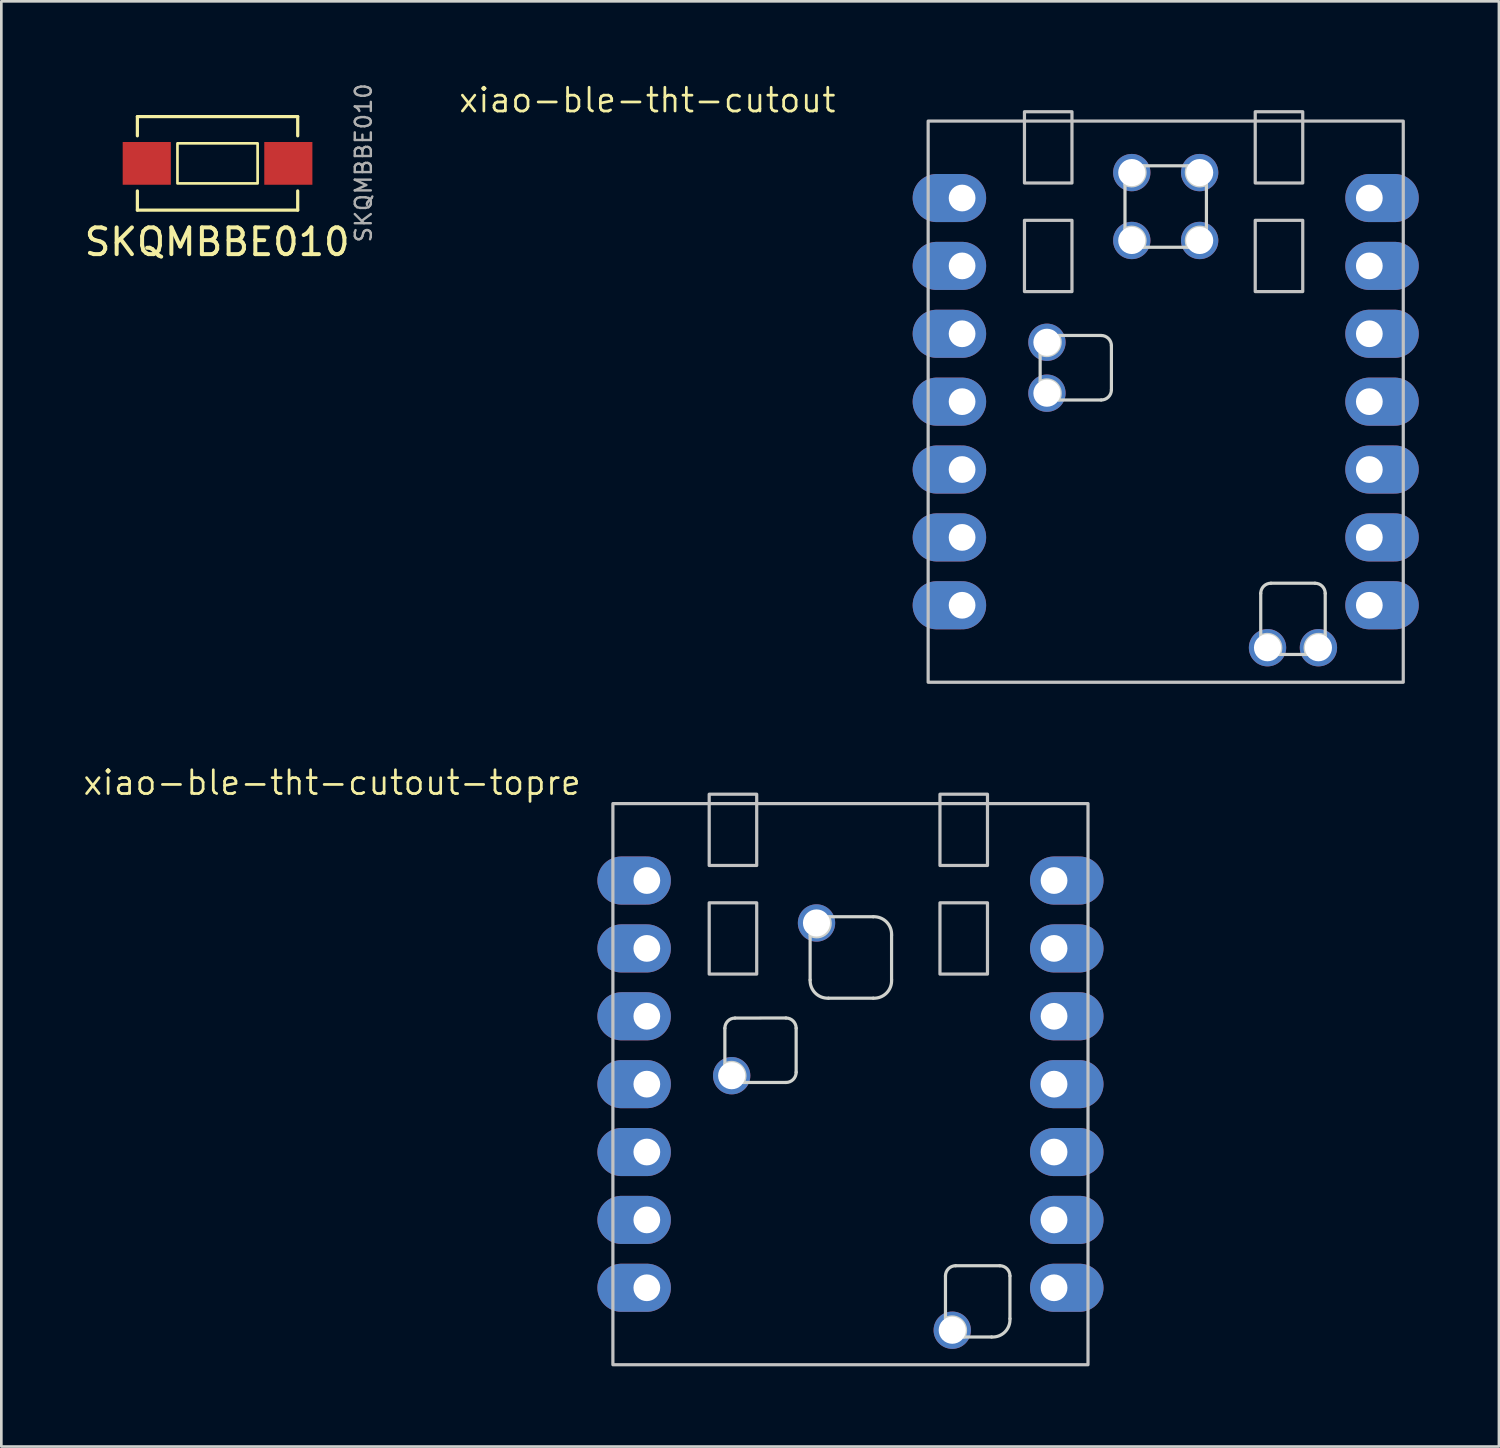
<source format=kicad_pcb>
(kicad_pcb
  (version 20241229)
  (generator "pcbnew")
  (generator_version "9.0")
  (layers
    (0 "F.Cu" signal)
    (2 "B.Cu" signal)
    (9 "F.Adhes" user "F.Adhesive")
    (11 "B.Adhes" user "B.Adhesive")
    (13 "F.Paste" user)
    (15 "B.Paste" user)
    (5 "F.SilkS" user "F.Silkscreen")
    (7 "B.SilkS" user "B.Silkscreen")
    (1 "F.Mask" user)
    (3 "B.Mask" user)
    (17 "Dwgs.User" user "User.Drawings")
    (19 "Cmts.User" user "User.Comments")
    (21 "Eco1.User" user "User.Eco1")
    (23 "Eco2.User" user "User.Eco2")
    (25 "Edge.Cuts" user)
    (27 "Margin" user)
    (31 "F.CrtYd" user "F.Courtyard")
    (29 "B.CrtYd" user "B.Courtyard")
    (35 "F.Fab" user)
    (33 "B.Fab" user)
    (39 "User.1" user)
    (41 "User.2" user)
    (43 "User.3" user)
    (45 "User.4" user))
  (footprint "xiao-ble-tht-cutout-topre"
    (layer "F.Cu")
    (at 28.776 37.522)
    (property "Reference" "xiao-ble-tht-cutout-topre" (at -19.399 -11.283 0) (layer "F.SilkS") (effects (font (size 0.889 0.889) (thickness 0.102))))
    (attr smd exclude_from_pos_files)
    (fp_rect (start -8.89 10.5) (end 8.89 -10.5) (stroke (width 0.12) (type solid)) (fill no) (layer "Dwgs.User"))
    (fp_rect (start -5.286 -6.786) (end -3.508 -4.119) (stroke (width 0.12) (type solid)) (fill no) (layer "Dwgs.User"))
    (fp_rect (start -3.508 -8.183) (end -5.286 -10.85) (stroke (width 0.12) (type solid)) (fill no) (layer "Dwgs.User"))
    (fp_rect (start 3.35 -10.85) (end 5.128 -8.183) (stroke (width 0.12) (type solid)) (fill no) (layer "Dwgs.User"))
    (fp_rect (start 3.35 -6.786) (end 5.128 -4.119) (stroke (width 0.12) (type solid)) (fill no) (layer "Dwgs.User"))
    (fp_line (start -4.699 -0.749) (end -4.7 -2.092) (stroke (width 0.12) (type solid)) (layer "Edge.Cuts"))
    (fp_line (start -4.319 -2.473) (end -2.413 -2.476) (stroke (width 0.12) (type solid)) (layer "Edge.Cuts"))
    (fp_line (start -2.413 -0.063) (end -4.013 -0.063) (stroke (width 0.12) (type solid)) (layer "Edge.Cuts"))
    (fp_line (start -2.032 -2.095) (end -2.032 -0.444) (stroke (width 0.12) (type solid)) (layer "Edge.Cuts"))
    (fp_line (start -1.509 -5.579) (end -1.509 -3.902) (stroke (width 0.12) (type solid)) (layer "Edge.Cuts"))
    (fp_line (start -0.823 -6.265) (end 0.854 -6.265) (stroke (width 0.12) (type solid)) (layer "Edge.Cuts"))
    (fp_line (start -0.823 -3.217) (end 0.854 -3.217) (stroke (width 0.12) (type solid)) (layer "Edge.Cuts"))
    (fp_line (start 1.539 -5.579) (end 1.539 -3.902) (stroke (width 0.12) (type solid)) (layer "Edge.Cuts"))
    (fp_line (start 3.556 8.776) (end 3.556 7.176) (stroke (width 0.12) (type solid)) (layer "Edge.Cuts"))
    (fp_line (start 3.937 6.795) (end 5.588 6.795) (stroke (width 0.12) (type solid)) (layer "Edge.Cuts"))
    (fp_line (start 5.283 9.462) (end 4.242 9.462) (stroke (width 0.12) (type solid)) (layer "Edge.Cuts"))
    (fp_line (start 5.969 7.176) (end 5.969 8.776) (stroke (width 0.12) (type solid)) (layer "Edge.Cuts"))
    (fp_arc (start -4.7 -2.092) (mid -4.588408 -2.361408) (end -4.319 -2.473) (stroke (width 0.12) (type solid)) (layer "Edge.Cuts"))
    (fp_arc (start -4.699251 -0.748549) (mid -4.095642 -0.666358) (end -4.013451 -0.062749) (stroke (width 0.12) (type solid)) (layer "Edge.Cuts"))
    (fp_arc (start -2.413251 -2.475749) (mid -2.143843 -2.364157) (end -2.032251 -2.094749) (stroke (width 0.12) (type solid)) (layer "Edge.Cuts"))
    (fp_arc (start -2.032251 -0.443749) (mid -2.143843 -0.174341) (end -2.413251 -0.062749) (stroke (width 0.12) (type solid)) (layer "Edge.Cuts"))
    (fp_arc (start -0.822809 -6.264609) (mid -0.905 -5.661) (end -1.508609 -5.578809) (stroke (width 0.12) (type solid)) (layer "Edge.Cuts"))
    (fp_arc (start -0.822809 -3.216609) (mid -1.315828 -3.40939) (end -1.508609 -3.902409) (stroke (width 0.12) (type default)) (layer "Edge.Cuts"))
    (fp_arc (start 0.853591 -6.264609) (mid 1.347695 -6.072913) (end 1.539391 -5.578809) (stroke (width 0.12) (type default)) (layer "Edge.Cuts"))
    (fp_arc (start 1.539391 -3.902409) (mid 1.348142 -3.407858) (end 0.853591 -3.216609) (stroke (width 0.12) (type default)) (layer "Edge.Cuts"))
    (fp_arc (start 3.555749 8.776451) (mid 4.159356 8.858644) (end 4.241549 9.462251) (stroke (width 0.12) (type solid)) (layer "Edge.Cuts"))
    (fp_arc (start 3.556249 7.176251) (mid 3.667845 6.906852) (end 3.937249 6.795251) (stroke (width 0.12) (type solid)) (layer "Edge.Cuts"))
    (fp_arc (start 5.588249 6.795251) (mid 5.857654 6.906846) (end 5.969249 7.176251) (stroke (width 0.12) (type solid)) (layer "Edge.Cuts"))
    (fp_arc (start 5.968749 8.776451) (mid 5.780321 9.273823) (end 5.282949 9.462251) (stroke (width 0.12) (type solid)) (layer "Edge.Cuts"))
    (pad "1" thru_hole oval (at -7.62 -7.62) (size 2.75 1.8) (drill 1 (offset -0.475 0)) (layers "*.Cu" "*.Mask"))
    (pad "2" thru_hole oval (at -7.62 -5.08) (size 2.75 1.8) (drill 1 (offset -0.475 0)) (layers "*.Cu" "*.Mask"))
    (pad "3" thru_hole oval (at -7.62 -2.54) (size 2.75 1.8) (drill 1 (offset -0.475 0)) (layers "*.Cu" "*.Mask"))
    (pad "4" thru_hole oval (at -7.62 0) (size 2.75 1.8) (drill 1 (offset -0.475 0)) (layers "*.Cu" "*.Mask"))
    (pad "5" thru_hole oval (at -7.62 2.54) (size 2.75 1.8) (drill 1 (offset -0.475 0)) (layers "*.Cu" "*.Mask"))
    (pad "6" thru_hole oval (at -7.62 5.08) (size 2.75 1.8) (drill 1 (offset -0.475 0)) (layers "*.Cu" "*.Mask"))
    (pad "7" thru_hole oval (at -7.62 7.62) (size 2.75 1.8) (drill 1 (offset -0.475 0)) (layers "*.Cu" "*.Mask"))
    (pad "8" thru_hole oval (at 7.62 7.62 180) (size 2.75 1.8) (drill 1 (offset -0.475 0)) (layers "*.Cu" "*.Mask"))
    (pad "9" thru_hole oval (at 7.62 5.08 180) (size 2.75 1.8) (drill 1 (offset -0.475 0)) (layers "*.Cu" "*.Mask"))
    (pad "10" thru_hole oval (at 7.62 2.54 180) (size 2.75 1.8) (drill 1 (offset -0.475 0)) (layers "*.Cu" "*.Mask"))
    (pad "11" thru_hole oval (at 7.62 0 180) (size 2.75 1.8) (drill 1 (offset -0.475 0)) (layers "*.Cu" "*.Mask"))
    (pad "12" thru_hole oval (at 7.62 -2.54 180) (size 2.75 1.8) (drill 1 (offset -0.475 0)) (layers "*.Cu" "*.Mask"))
    (pad "13" thru_hole oval (at 7.62 -5.08 180) (size 2.75 1.8) (drill 1 (offset -0.475 0)) (layers "*.Cu" "*.Mask"))
    (pad "14" thru_hole oval (at 7.62 -7.62 180) (size 2.75 1.8) (drill 1 (offset -0.475 0)) (layers "*.Cu" "*.Mask"))
    (pad "15" thru_hole circle (at -1.27 -6.032 90) (size 1.397 1.397) (drill 1.016) (layers "*.Cu" "*.Mask"))
    (pad "16" thru_hole circle (at -4.445 -0.317 180) (size 1.397 1.397) (drill 1.016) (layers "*.Cu" "*.Mask"))
    (pad "17" thru_hole circle (at 3.81 9.208 180) (size 1.397 1.397) (drill 1.016) (layers "*.Cu" "*.Mask")))
  (footprint "xiao-ble-tht-cutout"
    (layer "F.Cu")
    (at 40.574 11.981)
    (property "Reference" "xiao-ble-tht-cutout" (at -19.399 -11.283 0) (layer "F.SilkS") (effects (font (size 0.889 0.889) (thickness 0.102))))
    (attr smd exclude_from_pos_files)
    (fp_rect (start -8.89 10.5) (end 8.89 -10.5) (stroke (width 0.12) (type solid)) (fill no) (layer "Dwgs.User"))
    (fp_rect (start -5.286 -6.786) (end -3.508 -4.119) (stroke (width 0.12) (type solid)) (fill no) (layer "Dwgs.User"))
    (fp_rect (start -3.508 -8.183) (end -5.286 -10.85) (stroke (width 0.12) (type solid)) (fill no) (layer "Dwgs.User"))
    (fp_rect (start 3.35 -10.85) (end 5.128 -8.183) (stroke (width 0.12) (type solid)) (fill no) (layer "Dwgs.User"))
    (fp_rect (start 3.35 -6.786) (end 5.128 -4.119) (stroke (width 0.12) (type solid)) (fill no) (layer "Dwgs.User"))
    (fp_line (start -4.699 -0.749) (end -4.699 -1.79) (stroke (width 0.12) (type solid)) (layer "Edge.Cuts"))
    (fp_line (start -4.013 -2.476) (end -2.413 -2.476) (stroke (width 0.12) (type solid)) (layer "Edge.Cuts"))
    (fp_line (start -2.413 -0.063) (end -4.013 -0.063) (stroke (width 0.12) (type solid)) (layer "Edge.Cuts"))
    (fp_line (start -2.032 -2.095) (end -2.032 -0.444) (stroke (width 0.12) (type solid)) (layer "Edge.Cuts"))
    (fp_line (start -1.524 -6.464) (end -1.524 -8.14) (stroke (width 0.12) (type solid)) (layer "Edge.Cuts"))
    (fp_line (start -0.838 -8.826) (end 0.838 -8.826) (stroke (width 0.12) (type solid)) (layer "Edge.Cuts"))
    (fp_line (start -0.838 -5.778) (end 0.838 -5.778) (stroke (width 0.12) (type solid)) (layer "Edge.Cuts"))
    (fp_line (start 1.524 -6.464) (end 1.524 -8.14) (stroke (width 0.12) (type solid)) (layer "Edge.Cuts"))
    (fp_line (start 3.556 8.776) (end 3.556 7.176) (stroke (width 0.12) (type solid)) (layer "Edge.Cuts"))
    (fp_line (start 3.937 6.795) (end 5.588 6.795) (stroke (width 0.12) (type solid)) (layer "Edge.Cuts"))
    (fp_line (start 5.283 9.462) (end 4.242 9.462) (stroke (width 0.12) (type solid)) (layer "Edge.Cuts"))
    (fp_line (start 5.969 7.176) (end 5.969 8.776) (stroke (width 0.12) (type solid)) (layer "Edge.Cuts"))
    (fp_arc (start -4.699251 -0.748549) (mid -4.095642 -0.666358) (end -4.013451 -0.062749) (stroke (width 0.12) (type solid)) (layer "Edge.Cuts"))
    (fp_arc (start -4.013451 -2.475749) (mid -4.095642 -1.87214) (end -4.699251 -1.789949) (stroke (width 0.12) (type solid)) (layer "Edge.Cuts"))
    (fp_arc (start -2.413251 -2.475749) (mid -2.143843 -2.364157) (end -2.032251 -2.094749) (stroke (width 0.12) (type solid)) (layer "Edge.Cuts"))
    (fp_arc (start -2.032251 -0.443749) (mid -2.143843 -0.174341) (end -2.413251 -0.062749) (stroke (width 0.12) (type solid)) (layer "Edge.Cuts"))
    (fp_arc (start -1.524251 -6.463549) (mid -0.920642 -6.381358) (end -0.838451 -5.777749) (stroke (width 0.12) (type solid)) (layer "Edge.Cuts"))
    (fp_arc (start -0.838451 -8.825749) (mid -0.920642 -8.22214) (end -1.524251 -8.139949) (stroke (width 0.12) (type solid)) (layer "Edge.Cuts"))
    (fp_arc (start 0.837949 -5.777749) (mid 0.92014 -6.381358) (end 1.523749 -6.463549) (stroke (width 0.12) (type solid)) (layer "Edge.Cuts"))
    (fp_arc (start 1.523749 -8.139949) (mid 0.920143 -8.222143) (end 0.837949 -8.825749) (stroke (width 0.12) (type solid)) (layer "Edge.Cuts"))
    (fp_arc (start 3.555749 8.776451) (mid 4.159356 8.858644) (end 4.241549 9.462251) (stroke (width 0.12) (type solid)) (layer "Edge.Cuts"))
    (fp_arc (start 3.556249 7.176251) (mid 3.667845 6.906852) (end 3.937249 6.795251) (stroke (width 0.12) (type solid)) (layer "Edge.Cuts"))
    (fp_arc (start 5.282949 9.462251) (mid 5.365142 8.858643) (end 5.968749 8.776451) (stroke (width 0.12) (type solid)) (layer "Edge.Cuts"))
    (fp_arc (start 5.588249 6.795251) (mid 5.857654 6.906846) (end 5.969249 7.176251) (stroke (width 0.12) (type solid)) (layer "Edge.Cuts"))
    (pad "1" thru_hole oval (at -7.62 -7.62) (size 2.75 1.8) (drill 1 (offset -0.475 0)) (layers "*.Cu" "*.Mask"))
    (pad "2" thru_hole oval (at -7.62 -5.08) (size 2.75 1.8) (drill 1 (offset -0.475 0)) (layers "*.Cu" "*.Mask"))
    (pad "3" thru_hole oval (at -7.62 -2.54) (size 2.75 1.8) (drill 1 (offset -0.475 0)) (layers "*.Cu" "*.Mask"))
    (pad "4" thru_hole oval (at -7.62 0) (size 2.75 1.8) (drill 1 (offset -0.475 0)) (layers "*.Cu" "*.Mask"))
    (pad "5" thru_hole oval (at -7.62 2.54) (size 2.75 1.8) (drill 1 (offset -0.475 0)) (layers "*.Cu" "*.Mask"))
    (pad "6" thru_hole oval (at -7.62 5.08) (size 2.75 1.8) (drill 1 (offset -0.475 0)) (layers "*.Cu" "*.Mask"))
    (pad "7" thru_hole oval (at -7.62 7.62) (size 2.75 1.8) (drill 1 (offset -0.475 0)) (layers "*.Cu" "*.Mask"))
    (pad "8" thru_hole oval (at 7.62 7.62 180) (size 2.75 1.8) (drill 1 (offset -0.475 0)) (layers "*.Cu" "*.Mask"))
    (pad "9" thru_hole oval (at 7.62 5.08 180) (size 2.75 1.8) (drill 1 (offset -0.475 0)) (layers "*.Cu" "*.Mask"))
    (pad "10" thru_hole oval (at 7.62 2.54 180) (size 2.75 1.8) (drill 1 (offset -0.475 0)) (layers "*.Cu" "*.Mask"))
    (pad "11" thru_hole oval (at 7.62 0 180) (size 2.75 1.8) (drill 1 (offset -0.475 0)) (layers "*.Cu" "*.Mask"))
    (pad "12" thru_hole oval (at 7.62 -2.54 180) (size 2.75 1.8) (drill 1 (offset -0.475 0)) (layers "*.Cu" "*.Mask"))
    (pad "13" thru_hole oval (at 7.62 -5.08 180) (size 2.75 1.8) (drill 1 (offset -0.475 0)) (layers "*.Cu" "*.Mask"))
    (pad "14" thru_hole oval (at 7.62 -7.62 180) (size 2.75 1.8) (drill 1 (offset -0.475 0)) (layers "*.Cu" "*.Mask"))
    (pad "15" thru_hole circle (at -1.27 -8.572 90) (size 1.397 1.397) (drill 1.016) (layers "*.Cu" "*.Mask"))
    (pad "16" thru_hole circle (at 1.27 -8.572 90) (size 1.397 1.397) (drill 1.016) (layers "*.Cu" "*.Mask"))
    (pad "17" thru_hole circle (at -1.27 -6.032 90) (size 1.397 1.397) (drill 1.016) (layers "*.Cu" "*.Mask"))
    (pad "18" thru_hole circle (at 1.27 -6.032 90) (size 1.397 1.397) (drill 1.016) (layers "*.Cu" "*.Mask"))
    (pad "19" thru_hole circle (at -4.445 -0.317 180) (size 1.397 1.397) (drill 1.016) (layers "*.Cu" "*.Mask"))
    (pad "20" thru_hole circle (at -4.445 -2.222 180) (size 1.397 1.397) (drill 1.016) (layers "*.Cu" "*.Mask"))
    (pad "21" thru_hole circle (at 3.81 9.208 180) (size 1.397 1.397) (drill 1.016) (layers "*.Cu" "*.Mask"))
    (pad "22" thru_hole circle (at 5.715 9.208 180) (size 1.397 1.397) (drill 1.016) (layers "*.Cu" "*.Mask")))
  (footprint "SKQMBBE010"
    (layer "F.Cu")
    (at 5.091 3.064)
    (property "Reference" "SKQMBBE010" (at -0.014 2.941 0) (layer "F.SilkS") (effects (font (size 1 1) (thickness 0.15))))
    (attr smd)
    (fp_line (start -3 -1.031) (end -3 -1.75) (stroke (width 0.12) (type solid)) (layer "F.SilkS"))
    (fp_line (start -3 1.75) (end -3 1.031) (stroke (width 0.12) (type solid)) (layer "F.SilkS"))
    (fp_line (start -3 1.75) (end 3 1.75) (stroke (width 0.12) (type solid)) (layer "F.SilkS"))
    (fp_line (start 3 -1.75) (end -3 -1.75) (stroke (width 0.12) (type solid)) (layer "F.SilkS"))
    (fp_line (start 3 -1.031) (end 3 -1.75) (stroke (width 0.12) (type solid)) (layer "F.SilkS"))
    (fp_line (start 3 1.75) (end 3 1.031) (stroke (width 0.12) (type solid)) (layer "F.SilkS"))
    (fp_rect (start -1.5 -0.75) (end 1.5 0.75) (stroke (width 0.1) (type default)) (fill no) (layer "F.SilkS"))
    (fp_rect (start -2.998 -1.748) (end 3.001 1.747) (stroke (width 0.1) (type default)) (fill no) (layer "User.1"))
    (fp_text user "${REFERENCE}" (at 5.463 -0.018 90) (layer "F.Fab") (effects (font (size 0.6 0.6) (thickness 0.09))))
    (pad "1" smd rect (at -2.649 0) (size 1.801 1.6) (layers "F.Cu" "F.Mask" "F.Paste"))
    (pad "2" smd rect (at 2.649 0) (size 1.801 1.6) (layers "F.Cu" "F.Mask" "F.Paste")))
  (gr_rect
    (start -3 -3)
    (end 53.044 51.082)
    (stroke (width 0.1) (type default))
    (fill no)
    (layer "Edge.Cuts")))
</source>
